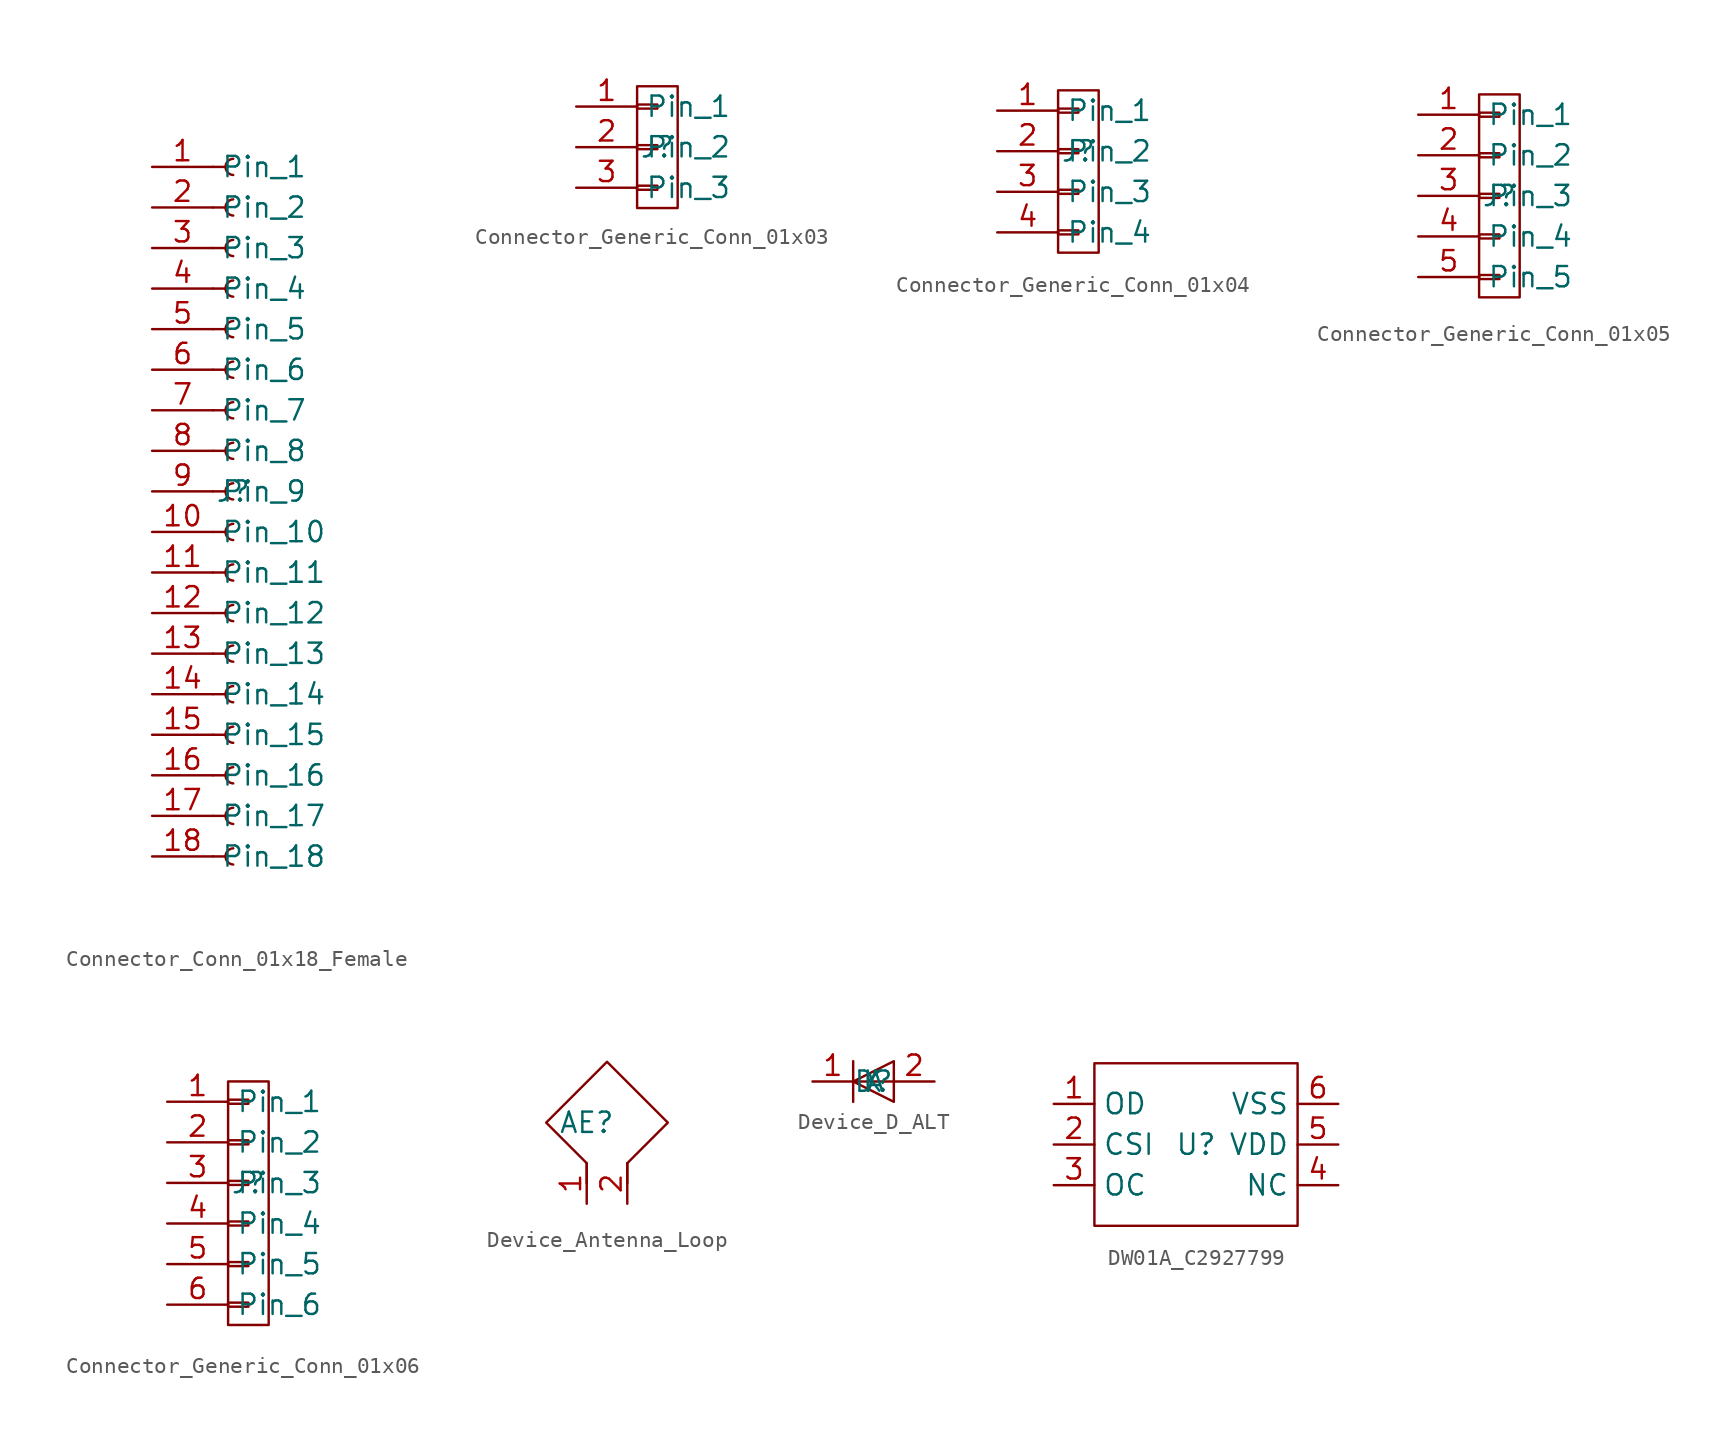
<source format=kicad_sym>
(kicad_symbol_lib
  (version 20241209)
  (generator "kicad_symbol_editor")
  (generator_version "9.0")
  (symbol "Connector_Conn_01x18_Female"
    (property "Reference" "J"
      (at 0 0 0)
      (effects (font (size 1.27 1.27))))
    (symbol "Connector_Conn_01x18_Female_1_0"
      (polyline (pts (xy -1.27 20.32) (xy -0.508 20.32)) (stroke (width 0) (type default)) (fill (type none)))
      (polyline (pts (xy -1.27 17.78) (xy -0.508 17.78)) (stroke (width 0) (type default)) (fill (type none)))
      (polyline (pts (xy -1.27 15.24) (xy -0.508 15.24)) (stroke (width 0) (type default)) (fill (type none)))
      (polyline (pts (xy -1.27 12.7) (xy -0.508 12.7)) (stroke (width 0) (type default)) (fill (type none)))
      (polyline (pts (xy -1.27 10.16) (xy -0.508 10.16)) (stroke (width 0) (type default)) (fill (type none)))
      (polyline (pts (xy -1.27 7.62) (xy -0.508 7.62)) (stroke (width 0) (type default)) (fill (type none)))
      (polyline (pts (xy -1.27 5.08) (xy -0.508 5.08)) (stroke (width 0) (type default)) (fill (type none)))
      (polyline (pts (xy -1.27 2.54) (xy -0.508 2.54)) (stroke (width 0) (type default)) (fill (type none)))
      (polyline (pts (xy -1.27 0) (xy -0.508 0)) (stroke (width 0) (type default)) (fill (type none)))
      (polyline (pts (xy -1.27 -2.54) (xy -0.508 -2.54)) (stroke (width 0) (type default)) (fill (type none)))
      (polyline (pts (xy -1.27 -5.08) (xy -0.508 -5.08)) (stroke (width 0) (type default)) (fill (type none)))
      (polyline (pts (xy -1.27 -7.62) (xy -0.508 -7.62)) (stroke (width 0) (type default)) (fill (type none)))
      (polyline (pts (xy -1.27 -10.16) (xy -0.508 -10.16)) (stroke (width 0) (type default)) (fill (type none)))
      (polyline (pts (xy -1.27 -12.7) (xy -0.508 -12.7)) (stroke (width 0) (type default)) (fill (type none)))
      (polyline (pts (xy -1.27 -15.24) (xy -0.508 -15.24)) (stroke (width 0) (type default)) (fill (type none)))
      (polyline (pts (xy -1.27 -17.78) (xy -0.508 -17.78)) (stroke (width 0) (type default)) (fill (type none)))
      (polyline (pts (xy -1.27 -20.32) (xy -0.508 -20.32)) (stroke (width 0) (type default)) (fill (type none)))
      (polyline (pts (xy -1.27 -22.86) (xy -0.508 -22.86)) (stroke (width 0) (type default)) (fill (type none)))
      (arc (start 0 19.812) (mid -0.4826 20.32) (end 0 20.828) (stroke (width 0) (type default)) (fill (type none)))
      (arc (start 0 17.272) (mid -0.4826 17.78) (end 0 18.288) (stroke (width 0) (type default)) (fill (type none)))
      (arc (start 0 14.732) (mid -0.4826 15.24) (end 0 15.748) (stroke (width 0) (type default)) (fill (type none)))
      (arc (start 0 12.192) (mid -0.4826 12.7) (end 0 13.208) (stroke (width 0) (type default)) (fill (type none)))
      (arc (start 0 9.652) (mid -0.4826 10.16) (end 0 10.668) (stroke (width 0) (type default)) (fill (type none)))
      (arc (start 0 7.112) (mid -0.4826 7.62) (end 0 8.128) (stroke (width 0) (type default)) (fill (type none)))
      (arc (start 0 4.572) (mid -0.4826 5.08) (end 0 5.588) (stroke (width 0) (type default)) (fill (type none)))
      (arc (start 0 2.032) (mid -0.4826 2.54) (end 0 3.048) (stroke (width 0) (type default)) (fill (type none)))
      (arc (start 0 -0.508) (mid -0.4826 0) (end 0 0.508) (stroke (width 0) (type default)) (fill (type none)))
      (arc (start 0 -3.048) (mid -0.4826 -2.54) (end 0 -2.032) (stroke (width 0) (type default)) (fill (type none)))
      (arc (start 0 -5.588) (mid -0.4826 -5.08) (end 0 -4.572) (stroke (width 0) (type default)) (fill (type none)))
      (arc (start 0 -8.128) (mid -0.4826 -7.62) (end 0 -7.112) (stroke (width 0) (type default)) (fill (type none)))
      (arc (start 0 -10.668) (mid -0.4826 -10.16) (end 0 -9.652) (stroke (width 0) (type default)) (fill (type none)))
      (arc (start 0 -13.208) (mid -0.4826 -12.7) (end 0 -12.192) (stroke (width 0) (type default)) (fill (type none)))
      (arc (start 0 -15.748) (mid -0.4826 -15.24) (end 0 -14.732) (stroke (width 0) (type default)) (fill (type none)))
      (arc (start 0 -18.288) (mid -0.4826 -17.78) (end 0 -17.272) (stroke (width 0) (type default)) (fill (type none)))
      (arc (start 0 -20.828) (mid -0.4826 -20.32) (end 0 -19.812) (stroke (width 0) (type default)) (fill (type none)))
      (arc (start 0 -23.368) (mid -0.4826 -22.86) (end 0 -22.352) (stroke (width 0) (type default)) (fill (type none)))
      (pin unspecified line (at -5.08 20.32 0) (length 3.81) (name "Pin_1" (effects (font (size 1.27 1.27)))) (number "1" (effects (font (size 1.27 1.27)))))
      (pin unspecified line (at -5.08 17.78 0) (length 3.81) (name "Pin_2" (effects (font (size 1.27 1.27)))) (number "2" (effects (font (size 1.27 1.27)))))
      (pin unspecified line (at -5.08 15.24 0) (length 3.81) (name "Pin_3" (effects (font (size 1.27 1.27)))) (number "3" (effects (font (size 1.27 1.27)))))
      (pin unspecified line (at -5.08 12.7 0) (length 3.81) (name "Pin_4" (effects (font (size 1.27 1.27)))) (number "4" (effects (font (size 1.27 1.27)))))
      (pin unspecified line (at -5.08 10.16 0) (length 3.81) (name "Pin_5" (effects (font (size 1.27 1.27)))) (number "5" (effects (font (size 1.27 1.27)))))
      (pin unspecified line (at -5.08 7.62 0) (length 3.81) (name "Pin_6" (effects (font (size 1.27 1.27)))) (number "6" (effects (font (size 1.27 1.27)))))
      (pin unspecified line (at -5.08 5.08 0) (length 3.81) (name "Pin_7" (effects (font (size 1.27 1.27)))) (number "7" (effects (font (size 1.27 1.27)))))
      (pin unspecified line (at -5.08 2.54 0) (length 3.81) (name "Pin_8" (effects (font (size 1.27 1.27)))) (number "8" (effects (font (size 1.27 1.27)))))
      (pin unspecified line (at -5.08 0 0) (length 3.81) (name "Pin_9" (effects (font (size 1.27 1.27)))) (number "9" (effects (font (size 1.27 1.27)))))
      (pin unspecified line (at -5.08 -2.54 0) (length 3.81) (name "Pin_10" (effects (font (size 1.27 1.27)))) (number "10" (effects (font (size 1.27 1.27)))))
      (pin unspecified line (at -5.08 -5.08 0) (length 3.81) (name "Pin_11" (effects (font (size 1.27 1.27)))) (number "11" (effects (font (size 1.27 1.27)))))
      (pin unspecified line (at -5.08 -7.62 0) (length 3.81) (name "Pin_12" (effects (font (size 1.27 1.27)))) (number "12" (effects (font (size 1.27 1.27)))))
      (pin unspecified line (at -5.08 -10.16 0) (length 3.81) (name "Pin_13" (effects (font (size 1.27 1.27)))) (number "13" (effects (font (size 1.27 1.27)))))
      (pin unspecified line (at -5.08 -12.7 0) (length 3.81) (name "Pin_14" (effects (font (size 1.27 1.27)))) (number "14" (effects (font (size 1.27 1.27)))))
      (pin unspecified line (at -5.08 -15.24 0) (length 3.81) (name "Pin_15" (effects (font (size 1.27 1.27)))) (number "15" (effects (font (size 1.27 1.27)))))
      (pin unspecified line (at -5.08 -17.78 0) (length 3.81) (name "Pin_16" (effects (font (size 1.27 1.27)))) (number "16" (effects (font (size 1.27 1.27)))))
      (pin unspecified line (at -5.08 -20.32 0) (length 3.81) (name "Pin_17" (effects (font (size 1.27 1.27)))) (number "17" (effects (font (size 1.27 1.27)))))
      (pin unspecified line (at -5.08 -22.86 0) (length 3.81) (name "Pin_18" (effects (font (size 1.27 1.27)))) (number "18" (effects (font (size 1.27 1.27)))))))
  (symbol "Connector_Generic_Conn_01x03"
    (property "Reference" "J"
      (at 0 0 0)
      (effects (font (size 1.27 1.27))))
    (symbol "Connector_Generic_Conn_01x03_1_0"
      (rectangle (start -1.27 3.81) (end 1.27 -3.81) (stroke (width 0) (type default)) (fill (type none)))
      (rectangle (start -1.27 2.667) (end 0 2.413) (stroke (width 0) (type default)) (fill (type none)))
      (rectangle (start -1.27 0.127) (end 0 -0.127) (stroke (width 0) (type default)) (fill (type none)))
      (rectangle (start -1.27 -2.413) (end 0 -2.667) (stroke (width 0) (type default)) (fill (type none)))
      (pin unspecified line (at -5.08 2.54 0) (length 3.81) (name "Pin_1" (effects (font (size 1.27 1.27)))) (number "1" (effects (font (size 1.27 1.27)))))
      (pin unspecified line (at -5.08 0 0) (length 3.81) (name "Pin_2" (effects (font (size 1.27 1.27)))) (number "2" (effects (font (size 1.27 1.27)))))
      (pin unspecified line (at -5.08 -2.54 0) (length 3.81) (name "Pin_3" (effects (font (size 1.27 1.27)))) (number "3" (effects (font (size 1.27 1.27)))))))
  (symbol "Connector_Generic_Conn_01x04"
    (property "Reference" "J"
      (at 0 0 0)
      (effects (font (size 1.27 1.27))))
    (symbol "Connector_Generic_Conn_01x04_1_0"
      (rectangle (start -1.27 3.81) (end 1.27 -6.35) (stroke (width 0) (type default)) (fill (type none)))
      (rectangle (start -1.27 2.667) (end 0 2.413) (stroke (width 0) (type default)) (fill (type none)))
      (rectangle (start -1.27 0.127) (end 0 -0.127) (stroke (width 0) (type default)) (fill (type none)))
      (rectangle (start -1.27 -2.413) (end 0 -2.667) (stroke (width 0) (type default)) (fill (type none)))
      (rectangle (start -1.27 -4.953) (end 0 -5.207) (stroke (width 0) (type default)) (fill (type none)))
      (pin unspecified line (at -5.08 2.54 0) (length 3.81) (name "Pin_1" (effects (font (size 1.27 1.27)))) (number "1" (effects (font (size 1.27 1.27)))))
      (pin unspecified line (at -5.08 0 0) (length 3.81) (name "Pin_2" (effects (font (size 1.27 1.27)))) (number "2" (effects (font (size 1.27 1.27)))))
      (pin unspecified line (at -5.08 -2.54 0) (length 3.81) (name "Pin_3" (effects (font (size 1.27 1.27)))) (number "3" (effects (font (size 1.27 1.27)))))
      (pin unspecified line (at -5.08 -5.08 0) (length 3.81) (name "Pin_4" (effects (font (size 1.27 1.27)))) (number "4" (effects (font (size 1.27 1.27)))))))
  (symbol "Connector_Generic_Conn_01x05"
    (property "Reference" "J"
      (at 0 0 0)
      (effects (font (size 1.27 1.27))))
    (symbol "Connector_Generic_Conn_01x05_1_0"
      (rectangle (start -1.27 6.35) (end 1.27 -6.35) (stroke (width 0) (type default)) (fill (type none)))
      (rectangle (start -1.27 5.207) (end 0 4.953) (stroke (width 0) (type default)) (fill (type none)))
      (rectangle (start -1.27 2.667) (end 0 2.413) (stroke (width 0) (type default)) (fill (type none)))
      (rectangle (start -1.27 0.127) (end 0 -0.127) (stroke (width 0) (type default)) (fill (type none)))
      (rectangle (start -1.27 -2.413) (end 0 -2.667) (stroke (width 0) (type default)) (fill (type none)))
      (rectangle (start -1.27 -4.953) (end 0 -5.207) (stroke (width 0) (type default)) (fill (type none)))
      (pin unspecified line (at -5.08 5.08 0) (length 3.81) (name "Pin_1" (effects (font (size 1.27 1.27)))) (number "1" (effects (font (size 1.27 1.27)))))
      (pin unspecified line (at -5.08 2.54 0) (length 3.81) (name "Pin_2" (effects (font (size 1.27 1.27)))) (number "2" (effects (font (size 1.27 1.27)))))
      (pin unspecified line (at -5.08 0 0) (length 3.81) (name "Pin_3" (effects (font (size 1.27 1.27)))) (number "3" (effects (font (size 1.27 1.27)))))
      (pin unspecified line (at -5.08 -2.54 0) (length 3.81) (name "Pin_4" (effects (font (size 1.27 1.27)))) (number "4" (effects (font (size 1.27 1.27)))))
      (pin unspecified line (at -5.08 -5.08 0) (length 3.81) (name "Pin_5" (effects (font (size 1.27 1.27)))) (number "5" (effects (font (size 1.27 1.27)))))))
  (symbol "Connector_Generic_Conn_01x06"
    (property "Reference" "J"
      (at 0 0 0)
      (effects (font (size 1.27 1.27))))
    (symbol "Connector_Generic_Conn_01x06_1_0"
      (rectangle (start -1.27 6.35) (end 1.27 -8.89) (stroke (width 0) (type default)) (fill (type none)))
      (rectangle (start -1.27 5.207) (end 0 4.953) (stroke (width 0) (type default)) (fill (type none)))
      (rectangle (start -1.27 2.667) (end 0 2.413) (stroke (width 0) (type default)) (fill (type none)))
      (rectangle (start -1.27 0.127) (end 0 -0.127) (stroke (width 0) (type default)) (fill (type none)))
      (rectangle (start -1.27 -2.413) (end 0 -2.667) (stroke (width 0) (type default)) (fill (type none)))
      (rectangle (start -1.27 -4.953) (end 0 -5.207) (stroke (width 0) (type default)) (fill (type none)))
      (rectangle (start -1.27 -7.493) (end 0 -7.747) (stroke (width 0) (type default)) (fill (type none)))
      (pin unspecified line (at -5.08 5.08 0) (length 3.81) (name "Pin_1" (effects (font (size 1.27 1.27)))) (number "1" (effects (font (size 1.27 1.27)))))
      (pin unspecified line (at -5.08 2.54 0) (length 3.81) (name "Pin_2" (effects (font (size 1.27 1.27)))) (number "2" (effects (font (size 1.27 1.27)))))
      (pin unspecified line (at -5.08 0 0) (length 3.81) (name "Pin_3" (effects (font (size 1.27 1.27)))) (number "3" (effects (font (size 1.27 1.27)))))
      (pin unspecified line (at -5.08 -2.54 0) (length 3.81) (name "Pin_4" (effects (font (size 1.27 1.27)))) (number "4" (effects (font (size 1.27 1.27)))))
      (pin unspecified line (at -5.08 -5.08 0) (length 3.81) (name "Pin_5" (effects (font (size 1.27 1.27)))) (number "5" (effects (font (size 1.27 1.27)))))
      (pin unspecified line (at -5.08 -7.62 0) (length 3.81) (name "Pin_6" (effects (font (size 1.27 1.27)))) (number "6" (effects (font (size 1.27 1.27)))))))
  (symbol "Device_Antenna_Loop"
    (property "Reference" "AE"
      (at 0 0 0)
      (effects (font (size 1.27 1.27))))
    (symbol "Device_Antenna_Loop_1_0"
      (polyline (pts (xy 2.54 -3.81) (xy 2.54 -2.54) (xy 2.54 -2.54) (xy 5.08 0) (xy 5.08 0) (xy 1.27 3.81) (xy 1.27 3.81) (xy -2.54 0) (xy -2.54 0) (xy 0 -2.54) (xy 0 -2.54) (xy 0 -3.81)) (stroke (width 0) (type default)) (fill (type none)))
      (pin input line (at 0 -5.08 90) (length 2.54) (name "~" (effects (font (size 1.27 1.27)))) (number "1" (effects (font (size 1.27 1.27)))))
      (pin input line (at 2.54 -5.08 90) (length 2.54) (name "~" (effects (font (size 1.27 1.27)))) (number "2" (effects (font (size 1.27 1.27)))))))
  (symbol "Device_D_ALT"
    (property "Reference" "D"
      (at 0 0 0)
      (effects (font (size 1.27 1.27))))
    (symbol "Device_D_ALT_1_0"
      (polyline (pts (xy -1.27 1.27) (xy -1.27 -1.27)) (stroke (width 0) (type default)) (fill (type none)))
      (polyline (pts (xy 1.27 1.27) (xy 1.27 -1.27) (xy 1.27 -1.27) (xy -1.27 0) (xy -1.27 0) (xy 1.27 1.27)) (stroke (width 0) (type default)) (fill (type none)))
      (polyline (pts (xy 1.27 0) (xy -1.27 0)) (stroke (width 0) (type default)) (fill (type none)))
      (pin unspecified line (at -3.81 0 0) (length 2.54) (name "K" (effects (font (size 1.27 1.27)))) (number "1" (effects (font (size 1.27 1.27)))))
      (pin unspecified line (at 3.81 0 180) (length 2.54) (name "A" (effects (font (size 1.27 1.27)))) (number "2" (effects (font (size 1.27 1.27)))))))
  (symbol "DW01A_C2927799"
    (property "Reference" "U"
      (at 0 0 0)
      (effects (font (size 1.27 1.27))))
    (property "Value" ""
      (at 0 0 0)
      (effects (font (size 1.27 1.27))))
    (symbol "DW01A_C2927799_1_0"
      (rectangle (start -6.35 5.08) (end 6.35 -5.08) (stroke (width 0) (type default)) (fill (type none)))
      (pin unspecified line (at -8.89 2.54 0) (length 2.54) (name "OD" (effects (font (size 1.27 1.27)))) (number "1" (effects (font (size 1.27 1.27)))))
      (pin unspecified line (at -8.89 0 0) (length 2.54) (name "CSI" (effects (font (size 1.27 1.27)))) (number "2" (effects (font (size 1.27 1.27)))))
      (pin unspecified line (at -8.89 -2.54 0) (length 2.54) (name "OC" (effects (font (size 1.27 1.27)))) (number "3" (effects (font (size 1.27 1.27)))))
      (pin unspecified line (at 8.89 2.54 180) (length 2.54) (name "VSS" (effects (font (size 1.27 1.27)))) (number "6" (effects (font (size 1.27 1.27)))))
      (pin unspecified line (at 8.89 0 180) (length 2.54) (name "VDD" (effects (font (size 1.27 1.27)))) (number "5" (effects (font (size 1.27 1.27)))))
      (pin unspecified line (at 8.89 -2.54 180) (length 2.54) (name "NC" (effects (font (size 1.27 1.27)))) (number "4" (effects (font (size 1.27 1.27))))))))
</source>
